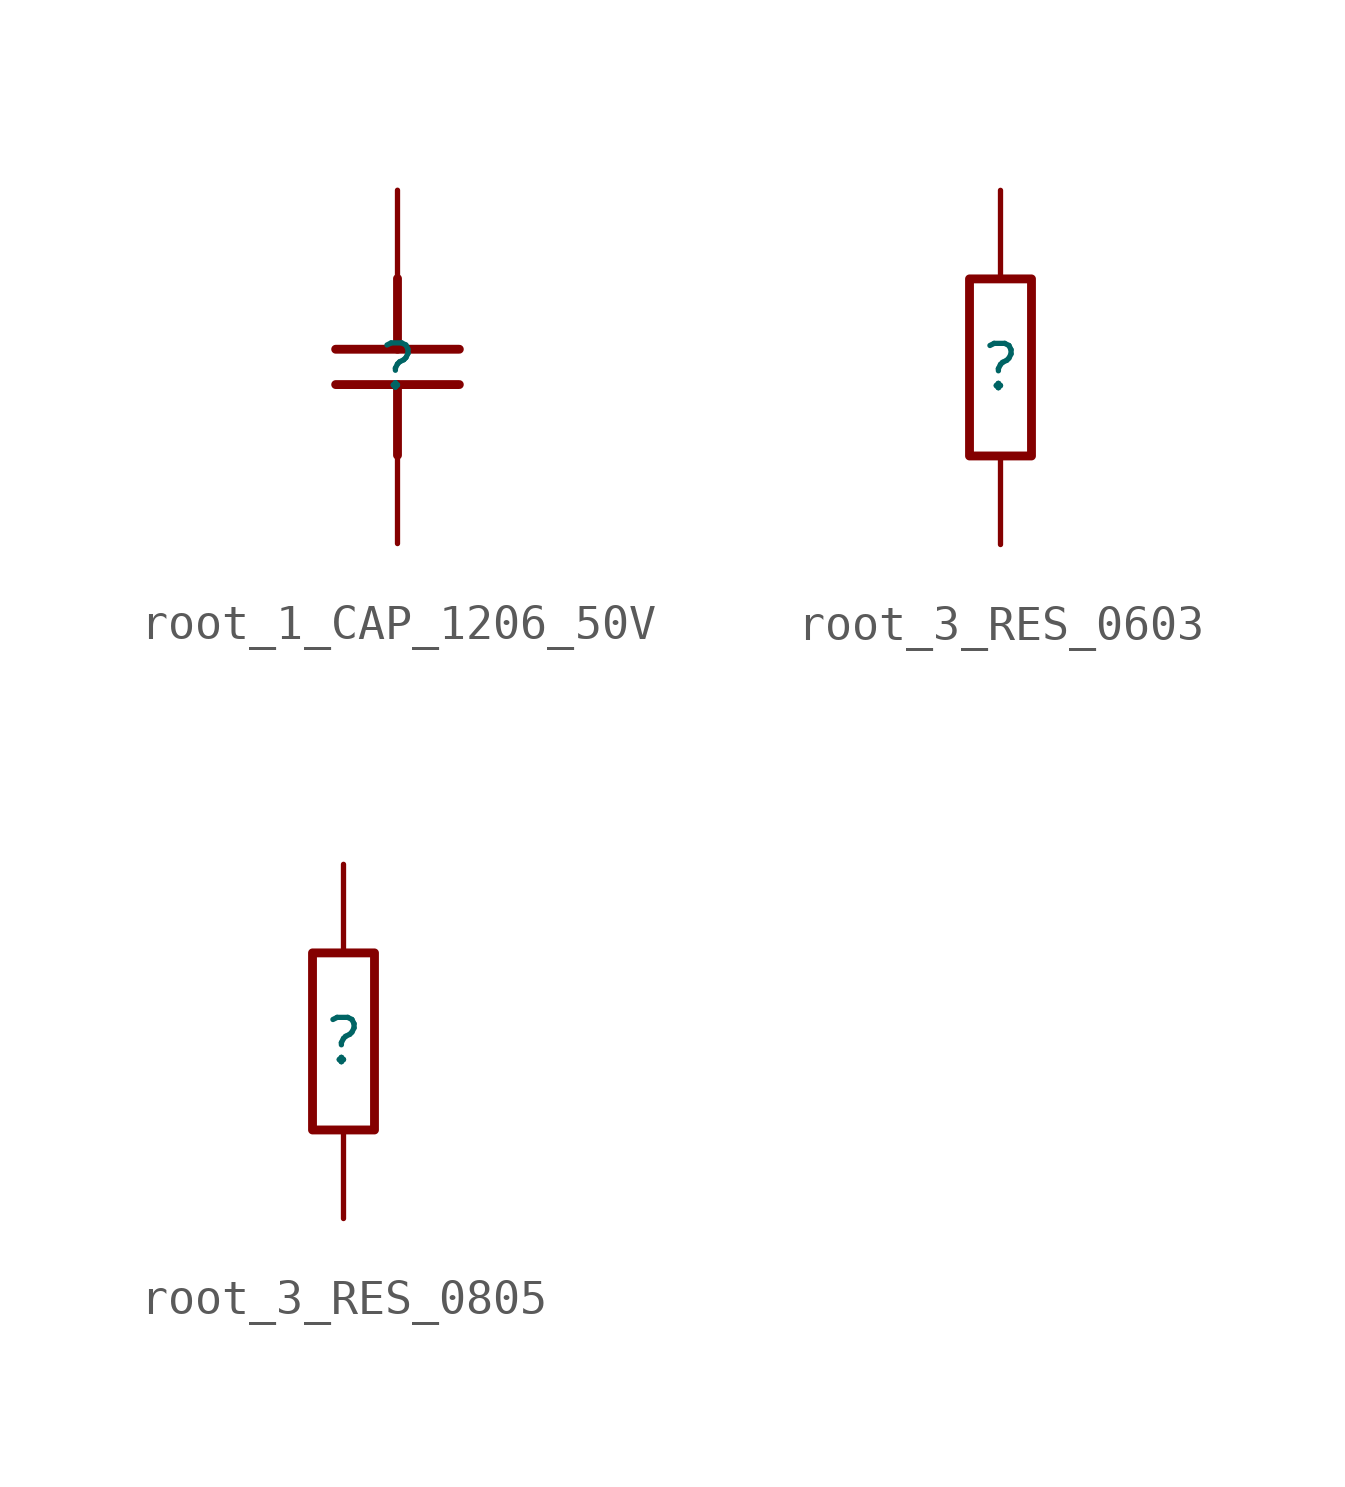
<source format=kicad_sym>
(kicad_symbol_lib
  (version 20231120)
  (generator "kicad_symbol_editor")
  (generator_version "8.0")
  (symbol "root_1_CAP_1206_50V"
    (property "Reference" ""
      (at 0 0 0)
      (effects (font (size 1.27 1.27))))
    (property "Value" ""
      (at 0 0 0)
      (effects (font (size 1.27 1.27))))
    (symbol "root_1_CAP_1206_50V_1_0"
      (polyline (pts (xy -1.778 -0.508) (xy 1.778 -0.508)) (stroke (width 0.254) (type solid)) (fill (type none)))
      (polyline (pts (xy 0 -2.54) (xy 0 -0.508)) (stroke (width 0.254) (type solid)) (fill (type none)))
      (polyline (pts (xy 0 0.508) (xy 0 2.54)) (stroke (width 0.254) (type solid)) (fill (type none)))
      (polyline (pts (xy 1.778 0.508) (xy -1.778 0.508)) (stroke (width 0.254) (type solid)) (fill (type none)))
      (pin passive line (at 0 -5.08 90) (length 2.54) (name "1" (effects (font (size 0 0)))) (number "1" (effects (font (size 0 0)))))
      (pin passive line (at 0 5.08 270) (length 2.54) (name "2" (effects (font (size 0 0)))) (number "2" (effects (font (size 0 0)))))))
  (symbol "root_3_RES_0603"
    (property "Reference" ""
      (at 0 0 0)
      (effects (font (size 1.27 1.27))))
    (property "Value" ""
      (at 0 0 0)
      (effects (font (size 1.27 1.27))))
    (symbol "root_3_RES_0603_1_0"
      (polyline (pts (xy 0 2.54) (xy 0.889 2.54) (xy 0.889 -2.54) (xy -0.889 -2.54) (xy -0.889 2.54) (xy 0 2.54)) (stroke (width 0.254) (type solid)) (fill (type none)))
      (pin passive line (at 0 5.08 270) (length 2.54) (name "1" (effects (font (size 0 0)))) (number "1" (effects (font (size 0 0)))))
      (pin passive line (at 0 -5.08 90) (length 2.54) (name "2" (effects (font (size 0 0)))) (number "2" (effects (font (size 0 0)))))))
  (symbol "root_3_RES_0805"
    (property "Reference" ""
      (at 0 0 0)
      (effects (font (size 1.27 1.27))))
    (property "Value" ""
      (at 0 0 0)
      (effects (font (size 1.27 1.27))))
    (symbol "root_3_RES_0805_1_0"
      (polyline (pts (xy 0 2.54) (xy 0.889 2.54) (xy 0.889 -2.54) (xy -0.889 -2.54) (xy -0.889 2.54) (xy 0 2.54)) (stroke (width 0.254) (type solid)) (fill (type none)))
      (pin passive line (at 0 5.08 270) (length 2.54) (name "1" (effects (font (size 0 0)))) (number "1" (effects (font (size 0 0)))))
      (pin passive line (at 0 -5.08 90) (length 2.54) (name "2" (effects (font (size 0 0)))) (number "2" (effects (font (size 0 0))))))))
</source>
